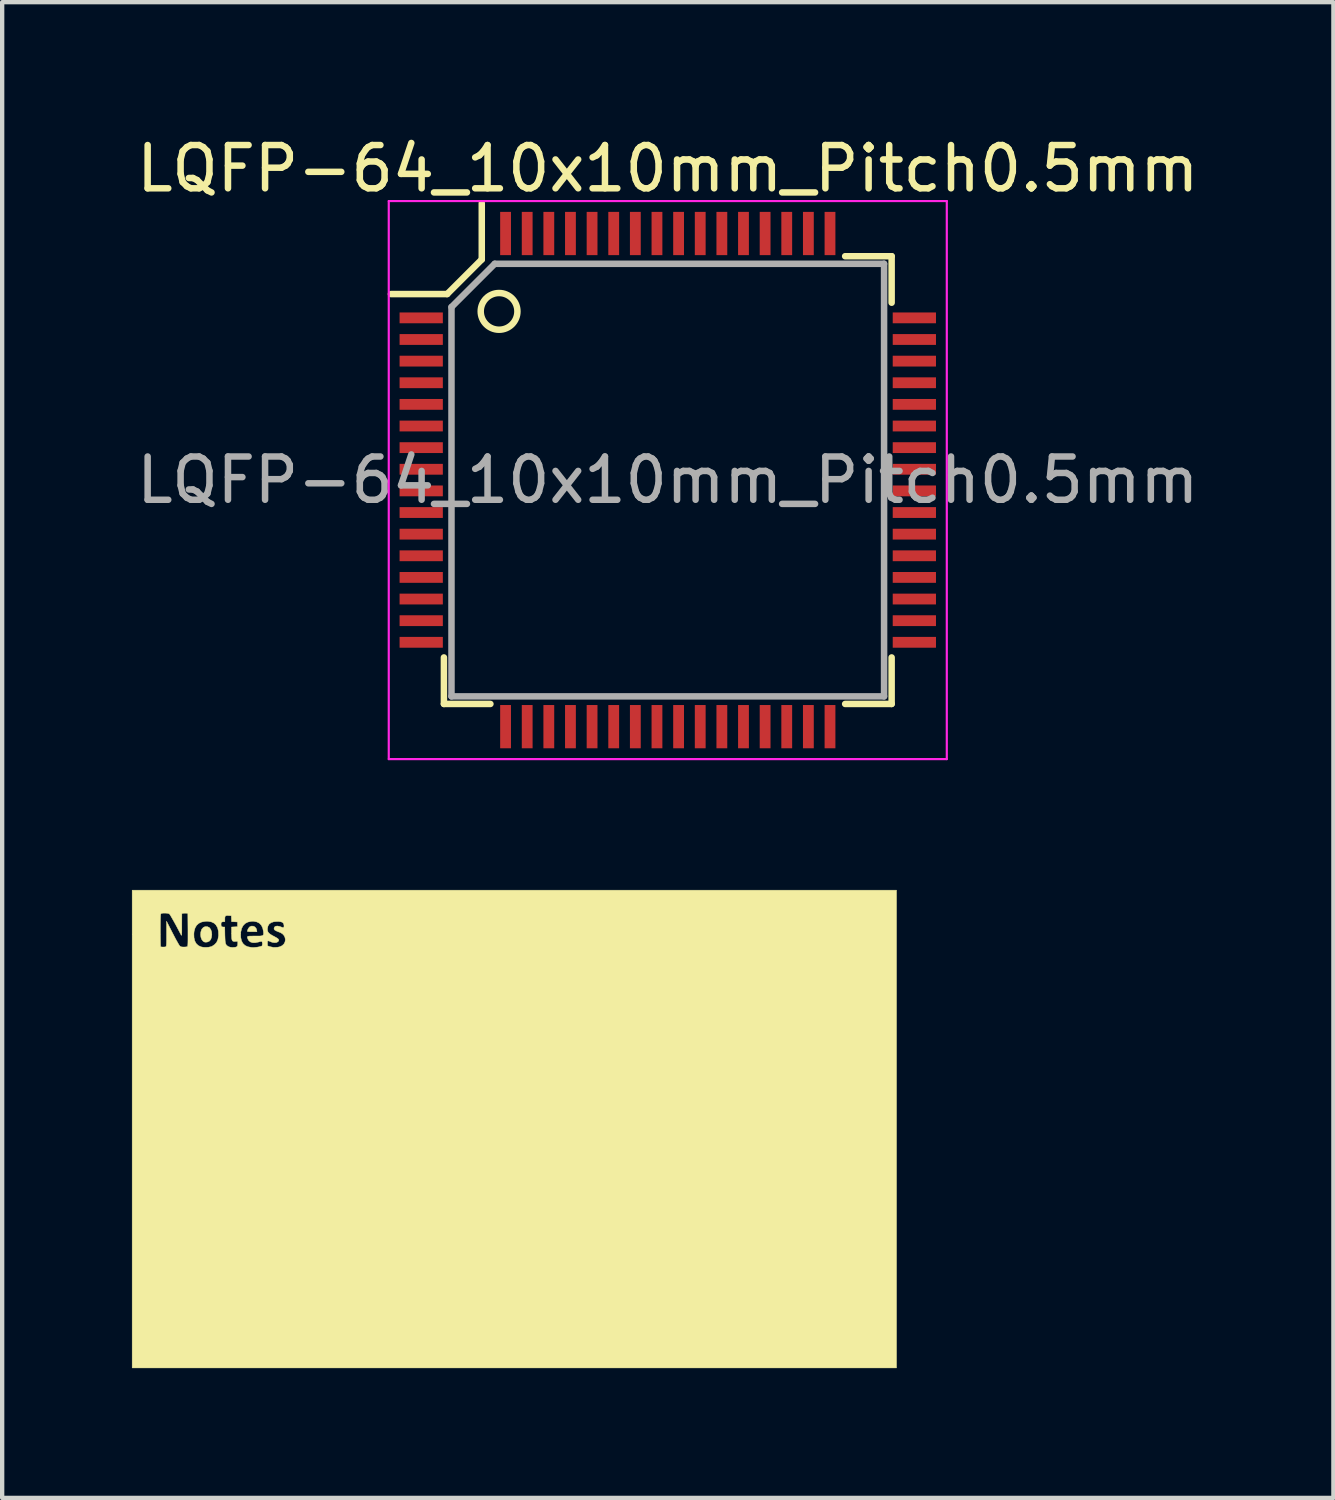
<source format=kicad_pcb>
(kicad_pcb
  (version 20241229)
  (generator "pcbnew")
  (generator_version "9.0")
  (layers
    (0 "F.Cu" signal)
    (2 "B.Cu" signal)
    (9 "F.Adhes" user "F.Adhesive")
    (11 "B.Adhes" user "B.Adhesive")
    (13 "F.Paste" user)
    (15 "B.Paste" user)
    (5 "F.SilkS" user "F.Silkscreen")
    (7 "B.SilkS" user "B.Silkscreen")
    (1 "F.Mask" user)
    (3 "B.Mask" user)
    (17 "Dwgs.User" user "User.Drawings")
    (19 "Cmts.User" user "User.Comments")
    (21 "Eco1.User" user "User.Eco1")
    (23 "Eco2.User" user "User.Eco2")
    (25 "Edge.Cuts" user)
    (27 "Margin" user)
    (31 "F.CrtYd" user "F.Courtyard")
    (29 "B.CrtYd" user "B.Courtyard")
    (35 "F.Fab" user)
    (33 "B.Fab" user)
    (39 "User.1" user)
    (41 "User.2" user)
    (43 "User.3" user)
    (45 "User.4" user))
  (footprint "Notes"
    (layer "F.Cu")
    (at 8.84 23.05)
    (property "Reference" "Notes" (at 0 0 0) (layer "F.SilkS") (effects (font (size 1.524 1.524) (thickness 0.3))))
    (attr through_hole)
    (fp_poly (pts (xy -6.034 -4.69) (xy -5.997 -4.672) (xy -5.969 -4.639) (xy -5.956 -4.602) (xy -5.95 -4.561) (xy -6.061 -4.561) (xy -6.115 -4.562) (xy -6.153 -4.565) (xy -6.172 -4.57) (xy -6.173 -4.572) (xy -6.166 -4.601) (xy -6.15 -4.635) (xy -6.128 -4.665) (xy -6.117 -4.675) (xy -6.076 -4.692) (xy -6.034 -4.69)) (stroke (width 0.01) (type solid)) (fill yes) (layer "F.SilkS"))
    (fp_poly (pts (xy -7.058 -4.662) (xy -7.046 -4.652) (xy -7.017 -4.612) (xy -6.999 -4.558) (xy -6.993 -4.496) (xy -7 -4.435) (xy -7.019 -4.381) (xy -7.049 -4.345) (xy -7.092 -4.325) (xy -7.115 -4.321) (xy -7.15 -4.32) (xy -7.176 -4.329) (xy -7.197 -4.345) (xy -7.227 -4.383) (xy -7.246 -4.435) (xy -7.253 -4.494) (xy -7.248 -4.554) (xy -7.231 -4.609) (xy -7.222 -4.625) (xy -7.189 -4.661) (xy -7.147 -4.68) (xy -7.101 -4.68) (xy -7.058 -4.662)) (stroke (width 0.01) (type solid)) (fill yes) (layer "F.SilkS"))
    (fp_poly (pts (xy 8.835 5.522) (xy -8.835 5.522) (xy -8.835 -4.594) (xy -8.183 -4.594) (xy -8.183 -4.505) (xy -8.182 -4.424) (xy -8.181 -4.352) (xy -8.18 -4.293) (xy -8.179 -4.249) (xy -8.177 -4.222) (xy -8.176 -4.215) (xy -8.16 -4.21) (xy -8.131 -4.208) (xy -8.098 -4.208) (xy -8.069 -4.211) (xy -8.057 -4.214) (xy -8.052 -4.219) (xy -8.048 -4.228) (xy -8.045 -4.246) (xy -8.042 -4.275) (xy -8.041 -4.316) (xy -8.04 -4.373) (xy -8.04 -4.447) (xy -8.04 -4.513) (xy -8.04 -4.804) (xy -7.901 -4.531) (xy -7.863 -4.458) (xy -7.828 -4.391) (xy -7.795 -4.332) (xy -7.768 -4.284) (xy -7.747 -4.25) (xy -7.735 -4.233) (xy -7.734 -4.232) (xy -7.714 -4.218) (xy -7.688 -4.21) (xy -7.65 -4.208) (xy -7.637 -4.208) (xy -7.589 -4.21) (xy -7.56 -4.218) (xy -7.555 -4.223) (xy -7.551 -4.235) (xy -7.548 -4.263) (xy -7.546 -4.307) (xy -7.545 -4.37) (xy -7.545 -4.451) (xy -7.545 -4.515) (xy -7.408 -4.515) (xy -7.405 -4.424) (xy -7.387 -4.348) (xy -7.353 -4.286) (xy -7.304 -4.241) (xy -7.245 -4.213) (xy -7.192 -4.202) (xy -7.13 -4.2) (xy -7.067 -4.204) (xy -7.011 -4.216) (xy -6.985 -4.227) (xy -6.925 -4.268) (xy -6.881 -4.319) (xy -6.853 -4.384) (xy -6.839 -4.465) (xy -6.838 -4.479) (xy -6.841 -4.572) (xy -6.859 -4.65) (xy -6.892 -4.711) (xy -6.78 -4.711) (xy -6.769 -4.684) (xy -6.746 -4.672) (xy -6.732 -4.671) (xy -6.694 -4.671) (xy -6.691 -4.484) (xy -6.688 -4.407) (xy -6.685 -4.349) (xy -6.679 -4.306) (xy -6.67 -4.275) (xy -6.655 -4.252) (xy -6.635 -4.234) (xy -6.608 -4.218) (xy -6.603 -4.215) (xy -6.569 -4.204) (xy -6.525 -4.199) (xy -6.479 -4.2) (xy -6.438 -4.206) (xy -6.412 -4.218) (xy -6.398 -4.243) (xy -6.394 -4.286) (xy -6.394 -4.339) (xy -6.452 -4.337) (xy -6.482 -4.337) (xy -6.505 -4.343) (xy -6.52 -4.357) (xy -6.53 -4.383) (xy -6.535 -4.422) (xy -6.537 -4.479) (xy -6.538 -4.522) (xy -6.326 -4.522) (xy -6.324 -4.429) (xy -6.307 -4.352) (xy -6.275 -4.291) (xy -6.227 -4.245) (xy -6.164 -4.215) (xy -6.085 -4.2) (xy -6.041 -4.197) (xy -5.99 -4.2) (xy -5.935 -4.206) (xy -5.905 -4.212) (xy -5.87 -4.221) (xy -5.844 -4.229) (xy -5.835 -4.232) (xy -5.828 -4.25) (xy -5.824 -4.279) (xy -5.825 -4.309) (xy -5.826 -4.316) (xy -5.708 -4.316) (xy -5.707 -4.293) (xy -5.704 -4.235) (xy -5.649 -4.216) (xy -5.566 -4.199) (xy -5.479 -4.202) (xy -5.425 -4.213) (xy -5.369 -4.239) (xy -5.328 -4.277) (xy -5.303 -4.323) (xy -5.294 -4.373) (xy -5.301 -4.424) (xy -5.323 -4.472) (xy -5.361 -4.514) (xy -5.414 -4.545) (xy -5.43 -4.55) (xy -5.469 -4.565) (xy -5.51 -4.583) (xy -5.513 -4.585) (xy -5.541 -4.602) (xy -5.553 -4.62) (xy -5.555 -4.638) (xy -5.546 -4.668) (xy -5.521 -4.687) (xy -5.483 -4.694) (xy -5.436 -4.687) (xy -5.39 -4.671) (xy -5.354 -4.658) (xy -5.333 -4.66) (xy -5.325 -4.678) (xy -5.325 -4.71) (xy -5.334 -4.748) (xy -5.355 -4.774) (xy -5.391 -4.79) (xy -5.443 -4.797) (xy -5.481 -4.798) (xy -5.56 -4.792) (xy -5.622 -4.772) (xy -5.667 -4.739) (xy -5.695 -4.693) (xy -5.706 -4.64) (xy -5.707 -4.597) (xy -5.697 -4.561) (xy -5.675 -4.53) (xy -5.639 -4.501) (xy -5.585 -4.469) (xy -5.559 -4.456) (xy -5.504 -4.426) (xy -5.467 -4.402) (xy -5.448 -4.38) (xy -5.445 -4.36) (xy -5.457 -4.339) (xy -5.466 -4.33) (xy -5.498 -4.312) (xy -5.542 -4.308) (xy -5.594 -4.316) (xy -5.631 -4.329) (xy -5.67 -4.346) (xy -5.694 -4.35) (xy -5.705 -4.341) (xy -5.708 -4.316) (xy -5.826 -4.316) (xy -5.83 -4.328) (xy -5.838 -4.336) (xy -5.854 -4.337) (xy -5.881 -4.332) (xy -5.905 -4.325) (xy -5.984 -4.309) (xy -6.05 -4.309) (xy -6.102 -4.325) (xy -6.14 -4.357) (xy -6.156 -4.385) (xy -6.167 -4.413) (xy -6.172 -4.433) (xy -6.17 -4.447) (xy -6.157 -4.455) (xy -6.13 -4.46) (xy -6.088 -4.461) (xy -6.027 -4.462) (xy -5.998 -4.462) (xy -5.926 -4.462) (xy -5.873 -4.463) (xy -5.837 -4.468) (xy -5.814 -4.477) (xy -5.802 -4.491) (xy -5.798 -4.513) (xy -5.799 -4.544) (xy -5.801 -4.566) (xy -5.817 -4.646) (xy -5.848 -4.71) (xy -5.893 -4.758) (xy -5.953 -4.788) (xy -6.026 -4.802) (xy -6.083 -4.801) (xy -6.159 -4.785) (xy -6.221 -4.753) (xy -6.27 -4.703) (xy -6.304 -4.638) (xy -6.323 -4.557) (xy -6.326 -4.522) (xy -6.538 -4.522) (xy -6.538 -4.53) (xy -6.538 -4.67) (xy -6.469 -4.674) (xy -6.4 -4.677) (xy -6.4 -4.787) (xy -6.468 -4.791) (xy -6.537 -4.794) (xy -6.54 -4.862) (xy -6.543 -4.931) (xy -6.592 -4.934) (xy -6.639 -4.936) (xy -6.669 -4.931) (xy -6.685 -4.917) (xy -6.691 -4.89) (xy -6.692 -4.86) (xy -6.692 -4.794) (xy -6.734 -4.791) (xy -6.762 -4.786) (xy -6.774 -4.775) (xy -6.779 -4.756) (xy -6.78 -4.711) (xy -6.892 -4.711) (xy -6.892 -4.712) (xy -6.941 -4.759) (xy -7.004 -4.789) (xy -7.082 -4.802) (xy -7.144 -4.801) (xy -7.226 -4.787) (xy -7.293 -4.756) (xy -7.345 -4.71) (xy -7.381 -4.647) (xy -7.403 -4.568) (xy -7.408 -4.515) (xy -7.545 -4.515) (xy -7.545 -4.553) (xy -7.545 -4.612) (xy -7.548 -4.986) (xy -7.591 -4.99) (xy -7.627 -4.99) (xy -7.657 -4.987) (xy -7.66 -4.987) (xy -7.686 -4.98) (xy -7.687 -4.718) (xy -7.687 -4.636) (xy -7.687 -4.573) (xy -7.688 -4.529) (xy -7.69 -4.499) (xy -7.692 -4.483) (xy -7.695 -4.477) (xy -7.699 -4.481) (xy -7.704 -4.489) (xy -7.767 -4.608) (xy -7.822 -4.712) (xy -7.87 -4.799) (xy -7.91 -4.87) (xy -7.941 -4.924) (xy -7.963 -4.959) (xy -7.977 -4.975) (xy -7.977 -4.975) (xy -8.001 -4.984) (xy -8.037 -4.99) (xy -8.08 -4.992) (xy -8.121 -4.991) (xy -8.154 -4.986) (xy -8.17 -4.978) (xy -8.174 -4.968) (xy -8.177 -4.945) (xy -8.179 -4.907) (xy -8.181 -4.852) (xy -8.182 -4.78) (xy -8.183 -4.689) (xy -8.183 -4.594) (xy -8.835 -4.594) (xy -8.835 -5.522) (xy 8.835 -5.522) (xy 8.835 5.522)) (stroke (width 0.01) (type solid)) (fill yes) (layer "F.SilkS")))
  (footprint "LQFP-64_10x10mm_Pitch0.5mm"
    (layer "F.Cu")
    (at 12.387 8.048)
    (property "Reference" "LQFP-64_10x10mm_Pitch0.5mm" (at 0 -7.2 0) (layer "F.SilkS") (effects (font (size 1 1) (thickness 0.15))))
    (attr smd)
    (fp_line (start -5.175 5.175) (end -5.175 4.1) (stroke (width 0.15) (type solid)) (layer "F.SilkS"))
    (fp_line (start -5.175 5.175) (end -4.1 5.175) (stroke (width 0.15) (type solid)) (layer "F.SilkS"))
    (fp_line (start -5.1 -4.3) (end -6.4 -4.3) (stroke (width 0.15) (type solid)) (layer "F.SilkS"))
    (fp_line (start -4.3 -6.4) (end -4.3 -5.1) (stroke (width 0.15) (type solid)) (layer "F.SilkS"))
    (fp_line (start -4.3 -5.1) (end -5.1 -4.3) (stroke (width 0.15) (type solid)) (layer "F.SilkS"))
    (fp_line (start 5.175 -5.175) (end 4.1 -5.175) (stroke (width 0.15) (type solid)) (layer "F.SilkS"))
    (fp_line (start 5.175 -5.175) (end 5.175 -4.1) (stroke (width 0.15) (type solid)) (layer "F.SilkS"))
    (fp_line (start 5.175 5.175) (end 4.1 5.175) (stroke (width 0.15) (type solid)) (layer "F.SilkS"))
    (fp_line (start 5.175 5.175) (end 5.175 4.1) (stroke (width 0.15) (type solid)) (layer "F.SilkS"))
    (fp_circle (center -3.9 -3.9) (end -3.6 -3.6) (stroke (width 0.15) (type solid)) (fill no) (layer "F.SilkS"))
    (fp_line (start -6.45 -6.45) (end -6.45 6.45) (stroke (width 0.05) (type solid)) (layer "F.CrtYd"))
    (fp_line (start -6.45 -6.45) (end 6.45 -6.45) (stroke (width 0.05) (type solid)) (layer "F.CrtYd"))
    (fp_line (start -6.45 6.45) (end 6.45 6.45) (stroke (width 0.05) (type solid)) (layer "F.CrtYd"))
    (fp_line (start 6.45 -6.45) (end 6.45 6.45) (stroke (width 0.05) (type solid)) (layer "F.CrtYd"))
    (fp_line (start -5 -4) (end -4 -5) (stroke (width 0.15) (type solid)) (layer "F.Fab"))
    (fp_line (start -5 5) (end -5 -4) (stroke (width 0.15) (type solid)) (layer "F.Fab"))
    (fp_line (start -4 -5) (end 5 -5) (stroke (width 0.15) (type solid)) (layer "F.Fab"))
    (fp_line (start 5 -5) (end 5 5) (stroke (width 0.15) (type solid)) (layer "F.Fab"))
    (fp_line (start 5 5) (end -5 5) (stroke (width 0.15) (type solid)) (layer "F.Fab"))
    (fp_text user "${REFERENCE}" (at 0 0 0) (layer "F.Fab") (effects (font (size 1 1) (thickness 0.15))))
    (pad "1" smd rect (at -5.7 -3.75) (size 1 0.25) (layers "F.Cu" "F.Mask" "F.Paste"))
    (pad "2" smd rect (at -5.7 -3.25) (size 1 0.25) (layers "F.Cu" "F.Mask" "F.Paste"))
    (pad "3" smd rect (at -5.7 -2.75) (size 1 0.25) (layers "F.Cu" "F.Mask" "F.Paste"))
    (pad "4" smd rect (at -5.7 -2.25) (size 1 0.25) (layers "F.Cu" "F.Mask" "F.Paste"))
    (pad "5" smd rect (at -5.7 -1.75) (size 1 0.25) (layers "F.Cu" "F.Mask" "F.Paste"))
    (pad "6" smd rect (at -5.7 -1.25) (size 1 0.25) (layers "F.Cu" "F.Mask" "F.Paste"))
    (pad "7" smd rect (at -5.7 -0.75) (size 1 0.25) (layers "F.Cu" "F.Mask" "F.Paste"))
    (pad "8" smd rect (at -5.7 -0.25) (size 1 0.25) (layers "F.Cu" "F.Mask" "F.Paste"))
    (pad "9" smd rect (at -5.7 0.25) (size 1 0.25) (layers "F.Cu" "F.Mask" "F.Paste"))
    (pad "10" smd rect (at -5.7 0.75) (size 1 0.25) (layers "F.Cu" "F.Mask" "F.Paste"))
    (pad "11" smd rect (at -5.7 1.25) (size 1 0.25) (layers "F.Cu" "F.Mask" "F.Paste"))
    (pad "12" smd rect (at -5.7 1.75) (size 1 0.25) (layers "F.Cu" "F.Mask" "F.Paste"))
    (pad "13" smd rect (at -5.7 2.25) (size 1 0.25) (layers "F.Cu" "F.Mask" "F.Paste"))
    (pad "14" smd rect (at -5.7 2.75) (size 1 0.25) (layers "F.Cu" "F.Mask" "F.Paste"))
    (pad "15" smd rect (at -5.7 3.25) (size 1 0.25) (layers "F.Cu" "F.Mask" "F.Paste"))
    (pad "16" smd rect (at -5.7 3.75) (size 1 0.25) (layers "F.Cu" "F.Mask" "F.Paste"))
    (pad "17" smd rect (at -3.75 5.7 90) (size 1 0.25) (layers "F.Cu" "F.Mask" "F.Paste"))
    (pad "18" smd rect (at -3.25 5.7 90) (size 1 0.25) (layers "F.Cu" "F.Mask" "F.Paste"))
    (pad "19" smd rect (at -2.75 5.7 90) (size 1 0.25) (layers "F.Cu" "F.Mask" "F.Paste"))
    (pad "20" smd rect (at -2.25 5.7 90) (size 1 0.25) (layers "F.Cu" "F.Mask" "F.Paste"))
    (pad "21" smd rect (at -1.75 5.7 90) (size 1 0.25) (layers "F.Cu" "F.Mask" "F.Paste"))
    (pad "22" smd rect (at -1.25 5.7 90) (size 1 0.25) (layers "F.Cu" "F.Mask" "F.Paste"))
    (pad "23" smd rect (at -0.75 5.7 90) (size 1 0.25) (layers "F.Cu" "F.Mask" "F.Paste"))
    (pad "24" smd rect (at -0.25 5.7 90) (size 1 0.25) (layers "F.Cu" "F.Mask" "F.Paste"))
    (pad "25" smd rect (at 0.25 5.7 90) (size 1 0.25) (layers "F.Cu" "F.Mask" "F.Paste"))
    (pad "26" smd rect (at 0.75 5.7 90) (size 1 0.25) (layers "F.Cu" "F.Mask" "F.Paste"))
    (pad "27" smd rect (at 1.25 5.7 90) (size 1 0.25) (layers "F.Cu" "F.Mask" "F.Paste"))
    (pad "28" smd rect (at 1.75 5.7 90) (size 1 0.25) (layers "F.Cu" "F.Mask" "F.Paste"))
    (pad "29" smd rect (at 2.25 5.7 90) (size 1 0.25) (layers "F.Cu" "F.Mask" "F.Paste"))
    (pad "30" smd rect (at 2.75 5.7 90) (size 1 0.25) (layers "F.Cu" "F.Mask" "F.Paste"))
    (pad "31" smd rect (at 3.25 5.7 90) (size 1 0.25) (layers "F.Cu" "F.Mask" "F.Paste"))
    (pad "32" smd rect (at 3.75 5.7 90) (size 1 0.25) (layers "F.Cu" "F.Mask" "F.Paste"))
    (pad "33" smd rect (at 5.7 3.75) (size 1 0.25) (layers "F.Cu" "F.Mask" "F.Paste"))
    (pad "34" smd rect (at 5.7 3.25) (size 1 0.25) (layers "F.Cu" "F.Mask" "F.Paste"))
    (pad "35" smd rect (at 5.7 2.75) (size 1 0.25) (layers "F.Cu" "F.Mask" "F.Paste"))
    (pad "36" smd rect (at 5.7 2.25) (size 1 0.25) (layers "F.Cu" "F.Mask" "F.Paste"))
    (pad "37" smd rect (at 5.7 1.75) (size 1 0.25) (layers "F.Cu" "F.Mask" "F.Paste"))
    (pad "38" smd rect (at 5.7 1.25) (size 1 0.25) (layers "F.Cu" "F.Mask" "F.Paste"))
    (pad "39" smd rect (at 5.7 0.75) (size 1 0.25) (layers "F.Cu" "F.Mask" "F.Paste"))
    (pad "40" smd rect (at 5.7 0.25) (size 1 0.25) (layers "F.Cu" "F.Mask" "F.Paste"))
    (pad "41" smd rect (at 5.7 -0.25) (size 1 0.25) (layers "F.Cu" "F.Mask" "F.Paste"))
    (pad "42" smd rect (at 5.7 -0.75) (size 1 0.25) (layers "F.Cu" "F.Mask" "F.Paste"))
    (pad "43" smd rect (at 5.7 -1.25) (size 1 0.25) (layers "F.Cu" "F.Mask" "F.Paste"))
    (pad "44" smd rect (at 5.7 -1.75) (size 1 0.25) (layers "F.Cu" "F.Mask" "F.Paste"))
    (pad "45" smd rect (at 5.7 -2.25) (size 1 0.25) (layers "F.Cu" "F.Mask" "F.Paste"))
    (pad "46" smd rect (at 5.7 -2.75) (size 1 0.25) (layers "F.Cu" "F.Mask" "F.Paste"))
    (pad "47" smd rect (at 5.7 -3.25) (size 1 0.25) (layers "F.Cu" "F.Mask" "F.Paste"))
    (pad "48" smd rect (at 5.7 -3.75) (size 1 0.25) (layers "F.Cu" "F.Mask" "F.Paste"))
    (pad "49" smd rect (at 3.75 -5.7 90) (size 1 0.25) (layers "F.Cu" "F.Mask" "F.Paste"))
    (pad "50" smd rect (at 3.25 -5.7 90) (size 1 0.25) (layers "F.Cu" "F.Mask" "F.Paste"))
    (pad "51" smd rect (at 2.75 -5.7 90) (size 1 0.25) (layers "F.Cu" "F.Mask" "F.Paste"))
    (pad "52" smd rect (at 2.25 -5.7 90) (size 1 0.25) (layers "F.Cu" "F.Mask" "F.Paste"))
    (pad "53" smd rect (at 1.75 -5.7 90) (size 1 0.25) (layers "F.Cu" "F.Mask" "F.Paste"))
    (pad "54" smd rect (at 1.25 -5.7 90) (size 1 0.25) (layers "F.Cu" "F.Mask" "F.Paste"))
    (pad "55" smd rect (at 0.75 -5.7 90) (size 1 0.25) (layers "F.Cu" "F.Mask" "F.Paste"))
    (pad "56" smd rect (at 0.25 -5.7 90) (size 1 0.25) (layers "F.Cu" "F.Mask" "F.Paste"))
    (pad "57" smd rect (at -0.25 -5.7 90) (size 1 0.25) (layers "F.Cu" "F.Mask" "F.Paste"))
    (pad "58" smd rect (at -0.75 -5.7 90) (size 1 0.25) (layers "F.Cu" "F.Mask" "F.Paste"))
    (pad "59" smd rect (at -1.25 -5.7 90) (size 1 0.25) (layers "F.Cu" "F.Mask" "F.Paste"))
    (pad "60" smd rect (at -1.75 -5.7 90) (size 1 0.25) (layers "F.Cu" "F.Mask" "F.Paste"))
    (pad "61" smd rect (at -2.25 -5.7 90) (size 1 0.25) (layers "F.Cu" "F.Mask" "F.Paste"))
    (pad "62" smd rect (at -2.75 -5.7 90) (size 1 0.25) (layers "F.Cu" "F.Mask" "F.Paste"))
    (pad "63" smd rect (at -3.25 -5.7 90) (size 1 0.25) (layers "F.Cu" "F.Mask" "F.Paste"))
    (pad "64" smd rect (at -3.75 -5.7 90) (size 1 0.25) (layers "F.Cu" "F.Mask" "F.Paste")))
  (gr_rect
    (start -3 -3)
    (end 27.774 31.577)
    (stroke (width 0.1) (type default))
    (fill no)
    (layer "Edge.Cuts")))
</source>
